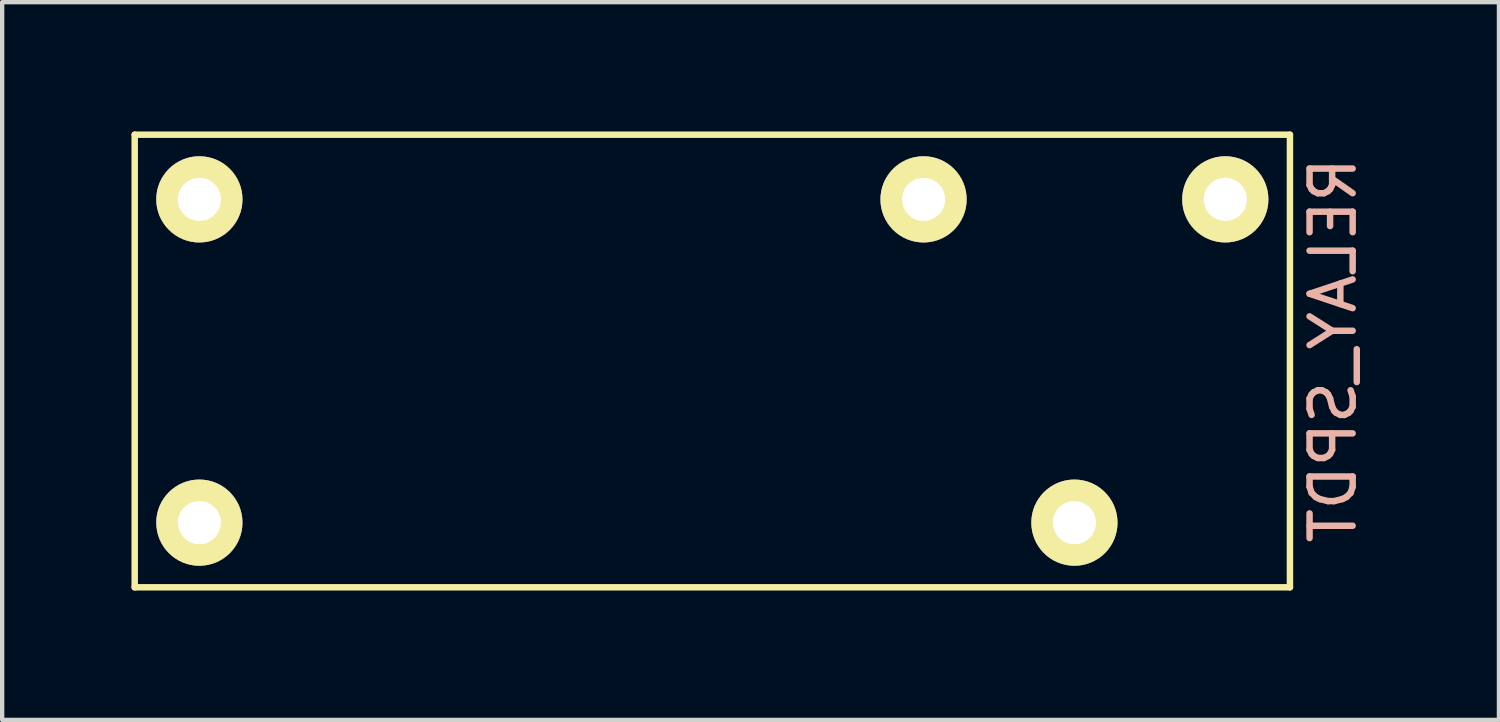
<source format=kicad_pcb>
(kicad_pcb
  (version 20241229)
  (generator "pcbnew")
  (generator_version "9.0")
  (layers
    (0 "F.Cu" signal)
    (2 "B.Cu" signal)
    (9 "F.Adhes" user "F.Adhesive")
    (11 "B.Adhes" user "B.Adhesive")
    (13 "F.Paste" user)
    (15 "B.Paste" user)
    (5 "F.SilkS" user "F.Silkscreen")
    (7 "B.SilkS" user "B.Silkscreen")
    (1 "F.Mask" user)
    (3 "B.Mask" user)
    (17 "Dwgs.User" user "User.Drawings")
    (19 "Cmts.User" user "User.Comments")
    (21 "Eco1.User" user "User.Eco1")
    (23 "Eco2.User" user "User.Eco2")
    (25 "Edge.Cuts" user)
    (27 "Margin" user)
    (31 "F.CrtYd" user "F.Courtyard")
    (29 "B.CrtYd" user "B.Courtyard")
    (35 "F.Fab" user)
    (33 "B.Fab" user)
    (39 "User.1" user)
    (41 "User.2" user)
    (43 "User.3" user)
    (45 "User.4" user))
  (footprint "RELAY_SPDT"
    (layer "F.Cu")
    (at 1.575 9.075)
    (property "Reference" "RELAY_SPDT" (at 26.3 -4 270) (layer "B.SilkS") (effects (font (size 1 1) (thickness 0.15)) (justify mirror)))
    (attr through_hole)
    (fp_line (start -1.5 -9) (end 25.3 -9) (stroke (width 0.15) (type solid)) (layer "F.SilkS"))
    (fp_line (start -1.5 1.5) (end -1.5 -9) (stroke (width 0.15) (type solid)) (layer "F.SilkS"))
    (fp_line (start 25.3 -9) (end 25.3 1.5) (stroke (width 0.15) (type solid)) (layer "F.SilkS"))
    (fp_line (start 25.3 1.5) (end -1.5 1.5) (stroke (width 0.15) (type solid)) (layer "F.SilkS"))
    (pad "1" thru_hole circle (at 0 -7.5 270) (size 2 2) (drill 1) (layers "*.Cu" "*.Mask" "F.SilkS"))
    (pad "2" thru_hole circle (at 0 0 270) (size 2 2) (drill 1) (layers "*.Cu" "*.Mask" "F.SilkS"))
    (pad "11" thru_hole circle (at 20.3 0 270) (size 2 2) (drill 1) (layers "*.Cu" "*.Mask" "F.SilkS"))
    (pad "12" thru_hole circle (at 16.8 -7.5 270) (size 2 2) (drill 1) (layers "*.Cu" "*.Mask" "F.SilkS"))
    (pad "14" thru_hole circle (at 23.8 -7.5 270) (size 2 2) (drill 1) (layers "*.Cu" "*.Mask" "F.SilkS")))
  (gr_rect
    (start -3 -3)
    (end 31.723 13.65)
    (stroke (width 0.1) (type default))
    (fill no)
    (layer "Edge.Cuts")))
</source>
